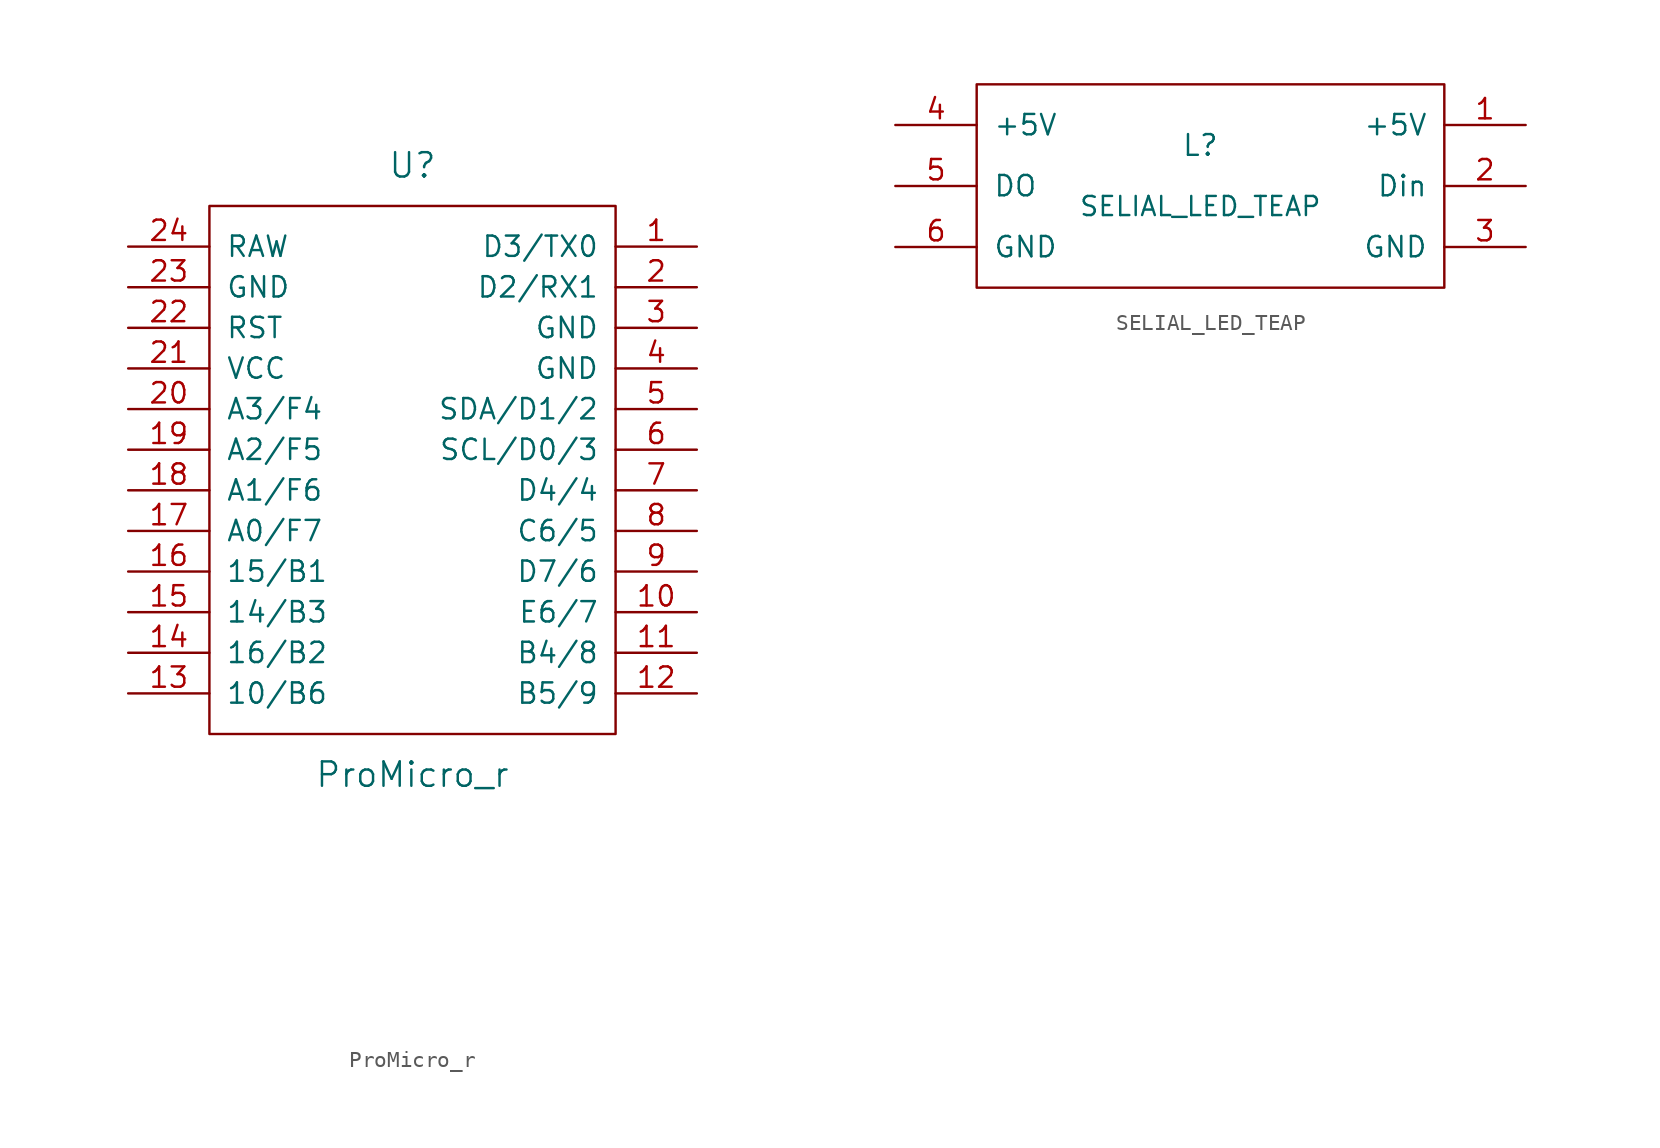
<source format=kicad_sym>
(kicad_symbol_lib
  (version 20231120)
  (generator "kicad_symbol_editor")
  (generator_version "8.0")
  (symbol "ProMicro_r"
    (pin_names
      (offset 1.016))
    (property "Reference" "U"
      (at 1.27 22.86 0)
      (effects (font (size 1.524 1.524))))
    (property "Value" "ProMicro_r"
      (at 1.27 -15.24 0)
      (effects (font (size 1.524 1.524))))
    (property "Footprint" ""
      (at 3.81 -26.67 0)
      (effects (font (size 1.524 1.524))))
    (property "Datasheet" ""
      (at 3.81 -26.67 0)
      (effects (font (size 1.524 1.524))))
    (symbol "ProMicro_r_0_1"
      (rectangle (start 13.97 20.32) (end -11.43 -12.7) (stroke (width 0) (type solid)) (fill (type none))))
    (symbol "ProMicro_r_1_1"
      (pin bidirectional line (at 19.05 17.78 180) (length 5.08) (name "D3/TX0" (effects (font (size 1.27 1.27)))) (number "1" (effects (font (size 1.27 1.27)))))
      (pin bidirectional line (at 19.05 -5.08 180) (length 5.08) (name "E6/7" (effects (font (size 1.27 1.27)))) (number "10" (effects (font (size 1.27 1.27)))))
      (pin bidirectional line (at 19.05 -7.62 180) (length 5.08) (name "B4/8" (effects (font (size 1.27 1.27)))) (number "11" (effects (font (size 1.27 1.27)))))
      (pin bidirectional line (at 19.05 -10.16 180) (length 5.08) (name "B5/9" (effects (font (size 1.27 1.27)))) (number "12" (effects (font (size 1.27 1.27)))))
      (pin bidirectional line (at -16.51 -10.16 0) (length 5.08) (name "10/B6" (effects (font (size 1.27 1.27)))) (number "13" (effects (font (size 1.27 1.27)))))
      (pin bidirectional line (at -16.51 -7.62 0) (length 5.08) (name "16/B2" (effects (font (size 1.27 1.27)))) (number "14" (effects (font (size 1.27 1.27)))))
      (pin bidirectional line (at -16.51 -5.08 0) (length 5.08) (name "14/B3" (effects (font (size 1.27 1.27)))) (number "15" (effects (font (size 1.27 1.27)))))
      (pin bidirectional line (at -16.51 -2.54 0) (length 5.08) (name "15/B1" (effects (font (size 1.27 1.27)))) (number "16" (effects (font (size 1.27 1.27)))))
      (pin bidirectional line (at -16.51 0 0) (length 5.08) (name "A0/F7" (effects (font (size 1.27 1.27)))) (number "17" (effects (font (size 1.27 1.27)))))
      (pin bidirectional line (at -16.51 2.54 0) (length 5.08) (name "A1/F6" (effects (font (size 1.27 1.27)))) (number "18" (effects (font (size 1.27 1.27)))))
      (pin bidirectional line (at -16.51 5.08 0) (length 5.08) (name "A2/F5" (effects (font (size 1.27 1.27)))) (number "19" (effects (font (size 1.27 1.27)))))
      (pin bidirectional line (at 19.05 15.24 180) (length 5.08) (name "D2/RX1" (effects (font (size 1.27 1.27)))) (number "2" (effects (font (size 1.27 1.27)))))
      (pin bidirectional line (at -16.51 7.62 0) (length 5.08) (name "A3/F4" (effects (font (size 1.27 1.27)))) (number "20" (effects (font (size 1.27 1.27)))))
      (pin power_in line (at -16.51 10.16 0) (length 5.08) (name "VCC" (effects (font (size 1.27 1.27)))) (number "21" (effects (font (size 1.27 1.27)))))
      (pin input line (at -16.51 12.7 0) (length 5.08) (name "RST" (effects (font (size 1.27 1.27)))) (number "22" (effects (font (size 1.27 1.27)))))
      (pin power_in line (at -16.51 15.24 0) (length 5.08) (name "GND" (effects (font (size 1.27 1.27)))) (number "23" (effects (font (size 1.27 1.27)))))
      (pin power_out line (at -16.51 17.78 0) (length 5.08) (name "RAW" (effects (font (size 1.27 1.27)))) (number "24" (effects (font (size 1.27 1.27)))))
      (pin power_in line (at 19.05 12.7 180) (length 5.08) (name "GND" (effects (font (size 1.27 1.27)))) (number "3" (effects (font (size 1.27 1.27)))))
      (pin power_in line (at 19.05 10.16 180) (length 5.08) (name "GND" (effects (font (size 1.27 1.27)))) (number "4" (effects (font (size 1.27 1.27)))))
      (pin bidirectional line (at 19.05 7.62 180) (length 5.08) (name "SDA/D1/2" (effects (font (size 1.27 1.27)))) (number "5" (effects (font (size 1.27 1.27)))))
      (pin bidirectional line (at 19.05 5.08 180) (length 5.08) (name "SCL/D0/3" (effects (font (size 1.27 1.27)))) (number "6" (effects (font (size 1.27 1.27)))))
      (pin bidirectional line (at 19.05 2.54 180) (length 5.08) (name "D4/4" (effects (font (size 1.27 1.27)))) (number "7" (effects (font (size 1.27 1.27)))))
      (pin bidirectional line (at 19.05 0 180) (length 5.08) (name "C6/5" (effects (font (size 1.27 1.27)))) (number "8" (effects (font (size 1.27 1.27)))))
      (pin bidirectional line (at 19.05 -2.54 180) (length 5.08) (name "D7/6" (effects (font (size 1.27 1.27)))) (number "9" (effects (font (size 1.27 1.27)))))))
  (symbol "SELIAL_LED_TEAP"
    (pin_names
      (offset 1.016))
    (property "Reference" "L"
      (at 0 2.54 0)
      (effects (font (size 1.295 1.295))))
    (property "Value" "SELIAL_LED_TEAP"
      (at 0 -1.27 0)
      (effects (font (size 1.194 1.194))))
    (symbol "SELIAL_LED_TEAP_0_1"
      (rectangle (start -13.97 6.35) (end 15.24 -6.35) (stroke (width 0) (type solid)) (fill (type none))))
    (symbol "SELIAL_LED_TEAP_1_1"
      (pin power_in line (at 20.32 3.81 180) (length 5.08) (name "+5V" (effects (font (size 1.27 1.27)))) (number "1" (effects (font (size 1.27 1.27)))))
      (pin input line (at 20.32 0 180) (length 5.08) (name "Din" (effects (font (size 1.27 1.27)))) (number "2" (effects (font (size 1.27 1.27)))))
      (pin power_in line (at 20.32 -3.81 180) (length 5.08) (name "GND" (effects (font (size 1.27 1.27)))) (number "3" (effects (font (size 1.27 1.27)))))
      (pin power_out line (at -19.05 3.81 0) (length 5.08) (name "+5V" (effects (font (size 1.27 1.27)))) (number "4" (effects (font (size 1.27 1.27)))))
      (pin output line (at -19.05 0 0) (length 5.08) (name "DO" (effects (font (size 1.27 1.27)))) (number "5" (effects (font (size 1.27 1.27)))))
      (pin power_out line (at -19.05 -3.81 0) (length 5.08) (name "GND" (effects (font (size 1.27 1.27)))) (number "6" (effects (font (size 1.27 1.27))))))))
</source>
